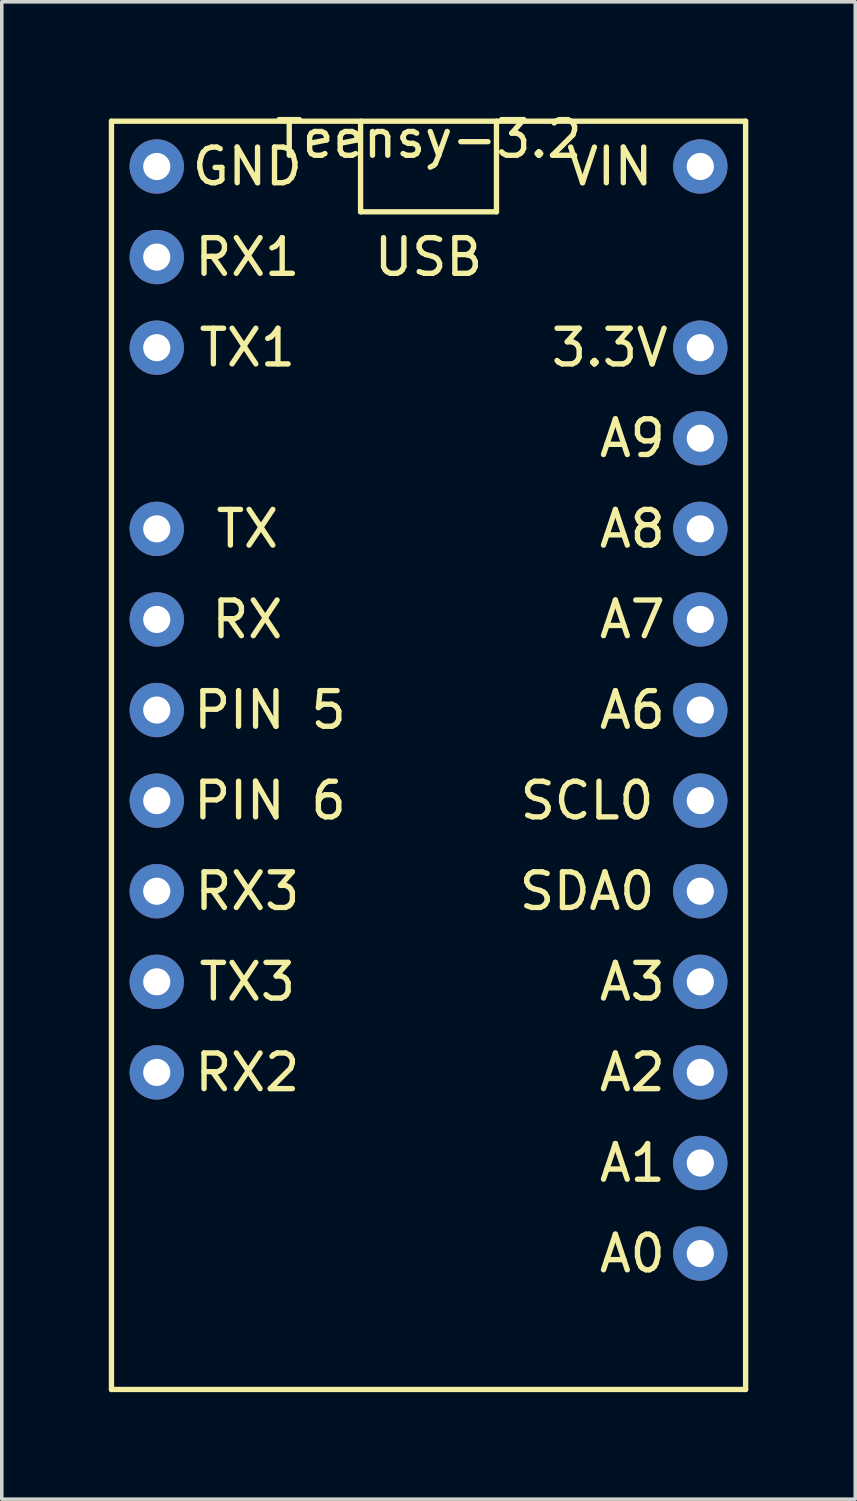
<source format=kicad_pcb>
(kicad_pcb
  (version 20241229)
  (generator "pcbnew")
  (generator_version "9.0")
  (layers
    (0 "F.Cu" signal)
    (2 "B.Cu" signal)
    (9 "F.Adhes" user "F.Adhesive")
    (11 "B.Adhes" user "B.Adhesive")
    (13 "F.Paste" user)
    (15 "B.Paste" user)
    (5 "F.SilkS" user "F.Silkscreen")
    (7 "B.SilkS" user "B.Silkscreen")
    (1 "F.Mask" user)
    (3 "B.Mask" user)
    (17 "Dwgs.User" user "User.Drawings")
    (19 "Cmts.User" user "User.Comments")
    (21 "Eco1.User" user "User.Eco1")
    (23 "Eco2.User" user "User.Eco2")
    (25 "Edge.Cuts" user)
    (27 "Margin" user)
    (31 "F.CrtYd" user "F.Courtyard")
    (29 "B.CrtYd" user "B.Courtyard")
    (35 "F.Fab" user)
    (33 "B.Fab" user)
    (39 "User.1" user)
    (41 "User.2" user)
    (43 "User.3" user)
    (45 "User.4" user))
  (footprint "Teensy-3.2"
    (layer "F.Cu")
    (at 8.965 0.348)
    (property "Reference" "Teensy-3.2" (at 0 0.5 0) (layer "F.SilkS") (effects (font (size 1 1) (thickness 0.15))))
    (attr through_hole)
    (fp_line (start -8.89 0) (end -8.89 35.56) (stroke (width 0.15) (type solid)) (layer "F.SilkS"))
    (fp_line (start -8.89 0) (end 8.89 0) (stroke (width 0.15) (type solid)) (layer "F.SilkS"))
    (fp_line (start -8.89 35.56) (end 8.89 35.56) (stroke (width 0.15) (type solid)) (layer "F.SilkS"))
    (fp_line (start -1.905 0) (end -1.905 2.54) (stroke (width 0.15) (type solid)) (layer "F.SilkS"))
    (fp_line (start -1.905 2.54) (end 1.905 2.54) (stroke (width 0.15) (type solid)) (layer "F.SilkS"))
    (fp_line (start 1.905 2.54) (end 1.905 0) (stroke (width 0.15) (type solid)) (layer "F.SilkS"))
    (fp_line (start 8.89 35.56) (end 8.89 0) (stroke (width 0.15) (type solid)) (layer "F.SilkS"))
    (fp_text user "A9" (at 5.715 8.89 0) (layer "F.SilkS") (effects (font (size 1 1) (thickness 0.15))))
    (fp_text user "TX" (at -5.08 11.43 0) (layer "F.SilkS") (effects (font (size 1 1) (thickness 0.15))))
    (fp_text user "SDA0" (at 4.445 21.59 0) (layer "F.SilkS") (effects (font (size 1 1) (thickness 0.15))))
    (fp_text user "GND" (at -5.08 1.27 0) (layer "F.SilkS") (effects (font (size 1 1) (thickness 0.15))))
    (fp_text user "3.3V" (at 5.08 6.35 0) (layer "F.SilkS") (effects (font (size 1 1) (thickness 0.15))))
    (fp_text user "USB" (at 0 3.81 0) (layer "F.SilkS") (effects (font (size 1 1) (thickness 0.15))))
    (fp_text user "A6" (at 5.715 16.51 0) (layer "F.SilkS") (effects (font (size 1 1) (thickness 0.15))))
    (fp_text user "VIN" (at 5.08 1.27 0) (layer "F.SilkS") (effects (font (size 1 1) (thickness 0.15))))
    (fp_text user "RX3" (at -5.08 21.59 0) (layer "F.SilkS") (effects (font (size 1 1) (thickness 0.15))))
    (fp_text user "A2" (at 5.715 26.67 0) (layer "F.SilkS") (effects (font (size 1 1) (thickness 0.15))))
    (fp_text user "RX" (at -5.08 13.97 0) (layer "F.SilkS") (effects (font (size 1 1) (thickness 0.15))))
    (fp_text user "PIN 6" (at -4.445 19.05 0) (layer "F.SilkS") (effects (font (size 1 1) (thickness 0.15))))
    (fp_text user "A3" (at 5.715 24.13 0) (layer "F.SilkS") (effects (font (size 1 1) (thickness 0.15))))
    (fp_text user "A0" (at 5.715 31.75 0) (layer "F.SilkS") (effects (font (size 1 1) (thickness 0.15))))
    (fp_text user "A1" (at 5.715 29.21 0) (layer "F.SilkS") (effects (font (size 1 1) (thickness 0.15))))
    (fp_text user "A7" (at 5.715 13.97 0) (layer "F.SilkS") (effects (font (size 1 1) (thickness 0.15))))
    (fp_text user "A8" (at 5.715 11.43 0) (layer "F.SilkS") (effects (font (size 1 1) (thickness 0.15))))
    (fp_text user "TX1" (at -5.08 6.35 0) (layer "F.SilkS") (effects (font (size 1 1) (thickness 0.15))))
    (fp_text user "RX1" (at -5.08 3.81 0) (layer "F.SilkS") (effects (font (size 1 1) (thickness 0.15))))
    (fp_text user "SCL0" (at 4.445 19.05 0) (layer "F.SilkS") (effects (font (size 1 1) (thickness 0.15))))
    (fp_text user "PIN 5" (at -4.445 16.51 0) (layer "F.SilkS") (effects (font (size 1 1) (thickness 0.15))))
    (fp_text user "TX3" (at -5.08 24.13 0) (layer "F.SilkS") (effects (font (size 1 1) (thickness 0.15))))
    (fp_text user "RX2" (at -5.08 26.67 0) (layer "F.SilkS") (effects (font (size 1 1) (thickness 0.15))))
    (pad "1" thru_hole circle (at -7.62 1.27) (size 1.524 1.524) (drill 0.762) (layers "*.Cu" "*.Mask"))
    (pad "2" thru_hole circle (at -7.62 3.81) (size 1.524 1.524) (drill 0.762) (layers "*.Cu" "*.Mask"))
    (pad "3" thru_hole circle (at -7.62 6.35) (size 1.524 1.524) (drill 0.762) (layers "*.Cu" "*.Mask"))
    (pad "5" thru_hole circle (at -7.62 11.43) (size 1.524 1.524) (drill 0.762) (layers "*.Cu" "*.Mask"))
    (pad "6" thru_hole circle (at -7.62 13.97) (size 1.524 1.524) (drill 0.762) (layers "*.Cu" "*.Mask"))
    (pad "7" thru_hole circle (at -7.62 16.51) (size 1.524 1.524) (drill 0.762) (layers "*.Cu" "*.Mask"))
    (pad "8" thru_hole circle (at -7.62 19.05) (size 1.524 1.524) (drill 0.762) (layers "*.Cu" "*.Mask"))
    (pad "9" thru_hole circle (at -7.62 21.59) (size 1.524 1.524) (drill 0.762) (layers "*.Cu" "*.Mask"))
    (pad "10" thru_hole circle (at -7.62 24.13) (size 1.524 1.524) (drill 0.762) (layers "*.Cu" "*.Mask"))
    (pad "11" thru_hole circle (at -7.62 26.67) (size 1.524 1.524) (drill 0.762) (layers "*.Cu" "*.Mask"))
    (pad "21" thru_hole circle (at 7.62 31.75) (size 1.524 1.524) (drill 0.762) (layers "*.Cu" "*.Mask"))
    (pad "22" thru_hole circle (at 7.62 29.21) (size 1.524 1.524) (drill 0.762) (layers "*.Cu" "*.Mask"))
    (pad "23" thru_hole circle (at 7.62 26.67) (size 1.524 1.524) (drill 0.762) (layers "*.Cu" "*.Mask"))
    (pad "24" thru_hole circle (at 7.62 24.13) (size 1.524 1.524) (drill 0.762) (layers "*.Cu" "*.Mask"))
    (pad "25" thru_hole circle (at 7.62 21.59) (size 1.524 1.524) (drill 0.762) (layers "*.Cu" "*.Mask"))
    (pad "26" thru_hole circle (at 7.62 19.05) (size 1.524 1.524) (drill 0.762) (layers "*.Cu" "*.Mask"))
    (pad "27" thru_hole circle (at 7.62 16.51) (size 1.524 1.524) (drill 0.762) (layers "*.Cu" "*.Mask"))
    (pad "28" thru_hole circle (at 7.62 13.97) (size 1.524 1.524) (drill 0.762) (layers "*.Cu" "*.Mask"))
    (pad "29" thru_hole circle (at 7.62 11.43) (size 1.524 1.524) (drill 0.762) (layers "*.Cu" "*.Mask"))
    (pad "30" thru_hole circle (at 7.62 8.89) (size 1.524 1.524) (drill 0.762) (layers "*.Cu" "*.Mask"))
    (pad "31" thru_hole circle (at 7.62 6.35) (size 1.524 1.524) (drill 0.762) (layers "*.Cu" "*.Mask"))
    (pad "33" thru_hole circle (at 7.62 1.27) (size 1.524 1.524) (drill 0.762) (layers "*.Cu" "*.Mask")))
  (gr_rect
    (start -3 -3)
    (end 20.93 38.983)
    (stroke (width 0.1) (type default))
    (fill no)
    (layer "Edge.Cuts")))
</source>
